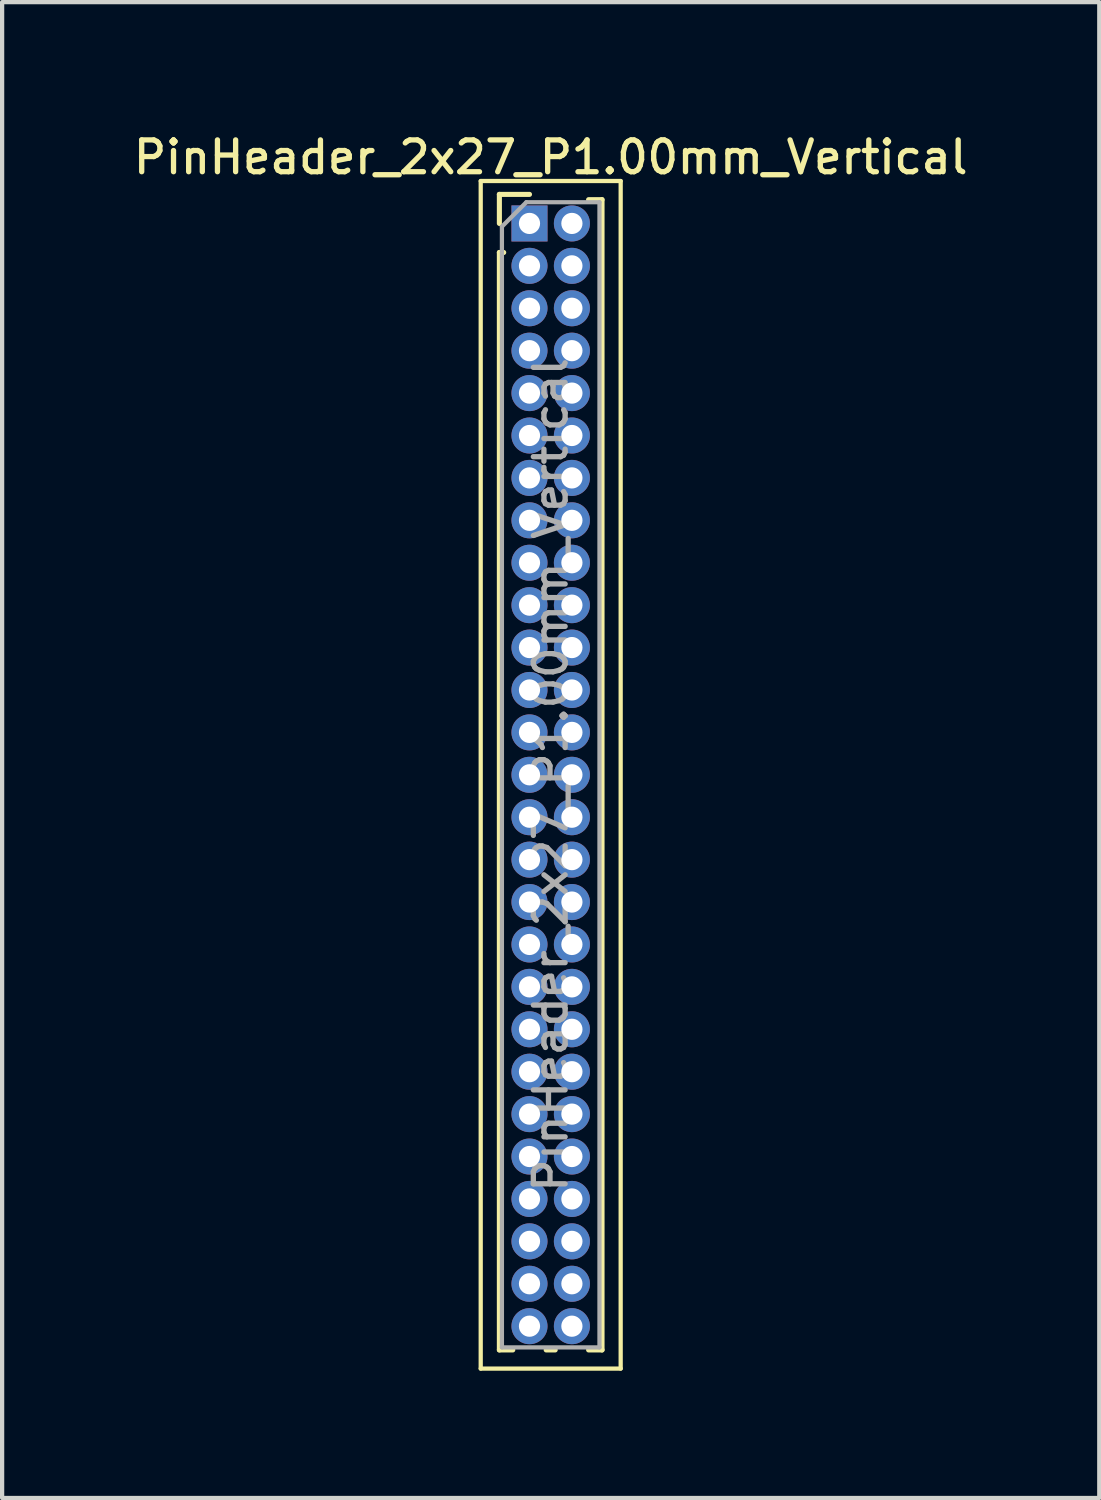
<source format=kicad_pcb>
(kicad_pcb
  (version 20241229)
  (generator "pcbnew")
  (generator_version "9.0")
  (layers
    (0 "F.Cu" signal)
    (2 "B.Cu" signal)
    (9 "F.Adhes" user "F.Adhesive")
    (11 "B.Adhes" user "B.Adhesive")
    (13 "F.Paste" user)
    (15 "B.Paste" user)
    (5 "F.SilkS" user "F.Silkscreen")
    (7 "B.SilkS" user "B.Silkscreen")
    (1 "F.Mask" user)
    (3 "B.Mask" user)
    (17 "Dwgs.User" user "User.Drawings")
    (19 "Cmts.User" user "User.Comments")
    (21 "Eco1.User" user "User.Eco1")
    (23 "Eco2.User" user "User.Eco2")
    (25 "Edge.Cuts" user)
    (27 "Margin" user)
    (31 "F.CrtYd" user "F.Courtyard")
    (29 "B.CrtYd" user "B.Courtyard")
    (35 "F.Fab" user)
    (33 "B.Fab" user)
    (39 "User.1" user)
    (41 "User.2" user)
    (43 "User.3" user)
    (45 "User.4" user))
  (footprint "PinHeader_2x27_P1.00mm_Vertical"
    (layer "F.Cu")
    (at 9.434 2.218)
    (property "Reference" "PinHeader_2x27_P1.00mm_Vertical" (at 0.5 -1.56 0) (layer "F.SilkS") (effects (font (size 0.75 0.75) (thickness 0.125))))
    (attr through_hole)
    (fp_line (start -1.15 -1) (end -1.15 27) (stroke (width 0.1) (type solid)) (layer "F.SilkS"))
    (fp_line (start -1.15 27) (end 2.15 27) (stroke (width 0.1) (type solid)) (layer "F.SilkS"))
    (fp_line (start -0.71 -0.685) (end 0 -0.685) (stroke (width 0.12) (type solid)) (layer "F.SilkS"))
    (fp_line (start -0.71 0) (end -0.71 -0.685) (stroke (width 0.12) (type solid)) (layer "F.SilkS"))
    (fp_line (start -0.71 0.685) (end -0.71 26.56) (stroke (width 0.12) (type solid)) (layer "F.SilkS"))
    (fp_line (start -0.71 0.685) (end -0.608 0.685) (stroke (width 0.12) (type solid)) (layer "F.SilkS"))
    (fp_line (start -0.71 26.56) (end -0.394 26.56) (stroke (width 0.12) (type solid)) (layer "F.SilkS"))
    (fp_line (start 0.394 26.56) (end 0.606 26.56) (stroke (width 0.12) (type solid)) (layer "F.SilkS"))
    (fp_line (start 1.394 -0.56) (end 1.71 -0.56) (stroke (width 0.12) (type solid)) (layer "F.SilkS"))
    (fp_line (start 1.394 26.56) (end 1.71 26.56) (stroke (width 0.12) (type solid)) (layer "F.SilkS"))
    (fp_line (start 1.71 -0.56) (end 1.71 26.56) (stroke (width 0.12) (type solid)) (layer "F.SilkS"))
    (fp_line (start 2.15 -1) (end -1.15 -1) (stroke (width 0.1) (type solid)) (layer "F.SilkS"))
    (fp_line (start 2.15 27) (end 2.15 -1) (stroke (width 0.1) (type solid)) (layer "F.SilkS"))
    (fp_line (start -0.65 0.075) (end -0.075 -0.5) (stroke (width 0.1) (type solid)) (layer "F.Fab"))
    (fp_line (start -0.65 26.5) (end -0.65 0.075) (stroke (width 0.1) (type solid)) (layer "F.Fab"))
    (fp_line (start -0.075 -0.5) (end 1.65 -0.5) (stroke (width 0.1) (type solid)) (layer "F.Fab"))
    (fp_line (start 1.65 -0.5) (end 1.65 26.5) (stroke (width 0.1) (type solid)) (layer "F.Fab"))
    (fp_line (start 1.65 26.5) (end -0.65 26.5) (stroke (width 0.1) (type solid)) (layer "F.Fab"))
    (fp_text user "${REFERENCE}" (at 0.5 13 90) (layer "F.Fab") (effects (font (size 0.75 0.75) (thickness 0.125))))
    (pad "1" thru_hole rect (at 0 0) (size 0.85 0.85) (drill 0.5) (layers "*.Cu" "*.Mask"))
    (pad "2" thru_hole oval (at 1 0) (size 0.85 0.85) (drill 0.5) (layers "*.Cu" "*.Mask"))
    (pad "3" thru_hole oval (at 0 1) (size 0.85 0.85) (drill 0.5) (layers "*.Cu" "*.Mask"))
    (pad "4" thru_hole oval (at 1 1) (size 0.85 0.85) (drill 0.5) (layers "*.Cu" "*.Mask"))
    (pad "5" thru_hole oval (at 0 2) (size 0.85 0.85) (drill 0.5) (layers "*.Cu" "*.Mask"))
    (pad "6" thru_hole oval (at 1 2) (size 0.85 0.85) (drill 0.5) (layers "*.Cu" "*.Mask"))
    (pad "7" thru_hole oval (at 0 3) (size 0.85 0.85) (drill 0.5) (layers "*.Cu" "*.Mask"))
    (pad "8" thru_hole oval (at 1 3) (size 0.85 0.85) (drill 0.5) (layers "*.Cu" "*.Mask"))
    (pad "9" thru_hole oval (at 0 4) (size 0.85 0.85) (drill 0.5) (layers "*.Cu" "*.Mask"))
    (pad "10" thru_hole oval (at 1 4) (size 0.85 0.85) (drill 0.5) (layers "*.Cu" "*.Mask"))
    (pad "11" thru_hole oval (at 0 5) (size 0.85 0.85) (drill 0.5) (layers "*.Cu" "*.Mask"))
    (pad "12" thru_hole oval (at 1 5) (size 0.85 0.85) (drill 0.5) (layers "*.Cu" "*.Mask"))
    (pad "13" thru_hole oval (at 0 6) (size 0.85 0.85) (drill 0.5) (layers "*.Cu" "*.Mask"))
    (pad "14" thru_hole oval (at 1 6) (size 0.85 0.85) (drill 0.5) (layers "*.Cu" "*.Mask"))
    (pad "15" thru_hole oval (at 0 7) (size 0.85 0.85) (drill 0.5) (layers "*.Cu" "*.Mask"))
    (pad "16" thru_hole oval (at 1 7) (size 0.85 0.85) (drill 0.5) (layers "*.Cu" "*.Mask"))
    (pad "17" thru_hole oval (at 0 8) (size 0.85 0.85) (drill 0.5) (layers "*.Cu" "*.Mask"))
    (pad "18" thru_hole oval (at 1 8) (size 0.85 0.85) (drill 0.5) (layers "*.Cu" "*.Mask"))
    (pad "19" thru_hole oval (at 0 9) (size 0.85 0.85) (drill 0.5) (layers "*.Cu" "*.Mask"))
    (pad "20" thru_hole oval (at 1 9) (size 0.85 0.85) (drill 0.5) (layers "*.Cu" "*.Mask"))
    (pad "21" thru_hole oval (at 0 10) (size 0.85 0.85) (drill 0.5) (layers "*.Cu" "*.Mask"))
    (pad "22" thru_hole oval (at 1 10) (size 0.85 0.85) (drill 0.5) (layers "*.Cu" "*.Mask"))
    (pad "23" thru_hole oval (at 0 11) (size 0.85 0.85) (drill 0.5) (layers "*.Cu" "*.Mask"))
    (pad "24" thru_hole oval (at 1 11) (size 0.85 0.85) (drill 0.5) (layers "*.Cu" "*.Mask"))
    (pad "25" thru_hole oval (at 0 12) (size 0.85 0.85) (drill 0.5) (layers "*.Cu" "*.Mask"))
    (pad "26" thru_hole oval (at 1 12) (size 0.85 0.85) (drill 0.5) (layers "*.Cu" "*.Mask"))
    (pad "27" thru_hole oval (at 0 13) (size 0.85 0.85) (drill 0.5) (layers "*.Cu" "*.Mask"))
    (pad "28" thru_hole oval (at 1 13) (size 0.85 0.85) (drill 0.5) (layers "*.Cu" "*.Mask"))
    (pad "29" thru_hole oval (at 0 14) (size 0.85 0.85) (drill 0.5) (layers "*.Cu" "*.Mask"))
    (pad "30" thru_hole oval (at 1 14) (size 0.85 0.85) (drill 0.5) (layers "*.Cu" "*.Mask"))
    (pad "31" thru_hole oval (at 0 15) (size 0.85 0.85) (drill 0.5) (layers "*.Cu" "*.Mask"))
    (pad "32" thru_hole oval (at 1 15) (size 0.85 0.85) (drill 0.5) (layers "*.Cu" "*.Mask"))
    (pad "33" thru_hole oval (at 0 16) (size 0.85 0.85) (drill 0.5) (layers "*.Cu" "*.Mask"))
    (pad "34" thru_hole oval (at 1 16) (size 0.85 0.85) (drill 0.5) (layers "*.Cu" "*.Mask"))
    (pad "35" thru_hole oval (at 0 17) (size 0.85 0.85) (drill 0.5) (layers "*.Cu" "*.Mask"))
    (pad "36" thru_hole oval (at 1 17) (size 0.85 0.85) (drill 0.5) (layers "*.Cu" "*.Mask"))
    (pad "37" thru_hole oval (at 0 18) (size 0.85 0.85) (drill 0.5) (layers "*.Cu" "*.Mask"))
    (pad "38" thru_hole oval (at 1 18) (size 0.85 0.85) (drill 0.5) (layers "*.Cu" "*.Mask"))
    (pad "39" thru_hole oval (at 0 19) (size 0.85 0.85) (drill 0.5) (layers "*.Cu" "*.Mask"))
    (pad "40" thru_hole oval (at 1 19) (size 0.85 0.85) (drill 0.5) (layers "*.Cu" "*.Mask"))
    (pad "41" thru_hole oval (at 0 20) (size 0.85 0.85) (drill 0.5) (layers "*.Cu" "*.Mask"))
    (pad "42" thru_hole oval (at 1 20) (size 0.85 0.85) (drill 0.5) (layers "*.Cu" "*.Mask"))
    (pad "43" thru_hole oval (at 0 21) (size 0.85 0.85) (drill 0.5) (layers "*.Cu" "*.Mask"))
    (pad "44" thru_hole oval (at 1 21) (size 0.85 0.85) (drill 0.5) (layers "*.Cu" "*.Mask"))
    (pad "45" thru_hole oval (at 0 22) (size 0.85 0.85) (drill 0.5) (layers "*.Cu" "*.Mask"))
    (pad "46" thru_hole oval (at 1 22) (size 0.85 0.85) (drill 0.5) (layers "*.Cu" "*.Mask"))
    (pad "47" thru_hole oval (at 0 23) (size 0.85 0.85) (drill 0.5) (layers "*.Cu" "*.Mask"))
    (pad "48" thru_hole oval (at 1 23) (size 0.85 0.85) (drill 0.5) (layers "*.Cu" "*.Mask"))
    (pad "49" thru_hole oval (at 0 24) (size 0.85 0.85) (drill 0.5) (layers "*.Cu" "*.Mask"))
    (pad "50" thru_hole oval (at 1 24) (size 0.85 0.85) (drill 0.5) (layers "*.Cu" "*.Mask"))
    (pad "51" thru_hole oval (at 0 25) (size 0.85 0.85) (drill 0.5) (layers "*.Cu" "*.Mask"))
    (pad "52" thru_hole oval (at 1 25) (size 0.85 0.85) (drill 0.5) (layers "*.Cu" "*.Mask"))
    (pad "53" thru_hole oval (at 0 26) (size 0.85 0.85) (drill 0.5) (layers "*.Cu" "*.Mask"))
    (pad "54" thru_hole oval (at 1 26) (size 0.85 0.85) (drill 0.5) (layers "*.Cu" "*.Mask")))
  (gr_rect
    (start -3 -3)
    (end 22.868 32.268)
    (stroke (width 0.1) (type default))
    (fill no)
    (layer "Edge.Cuts")))
</source>
